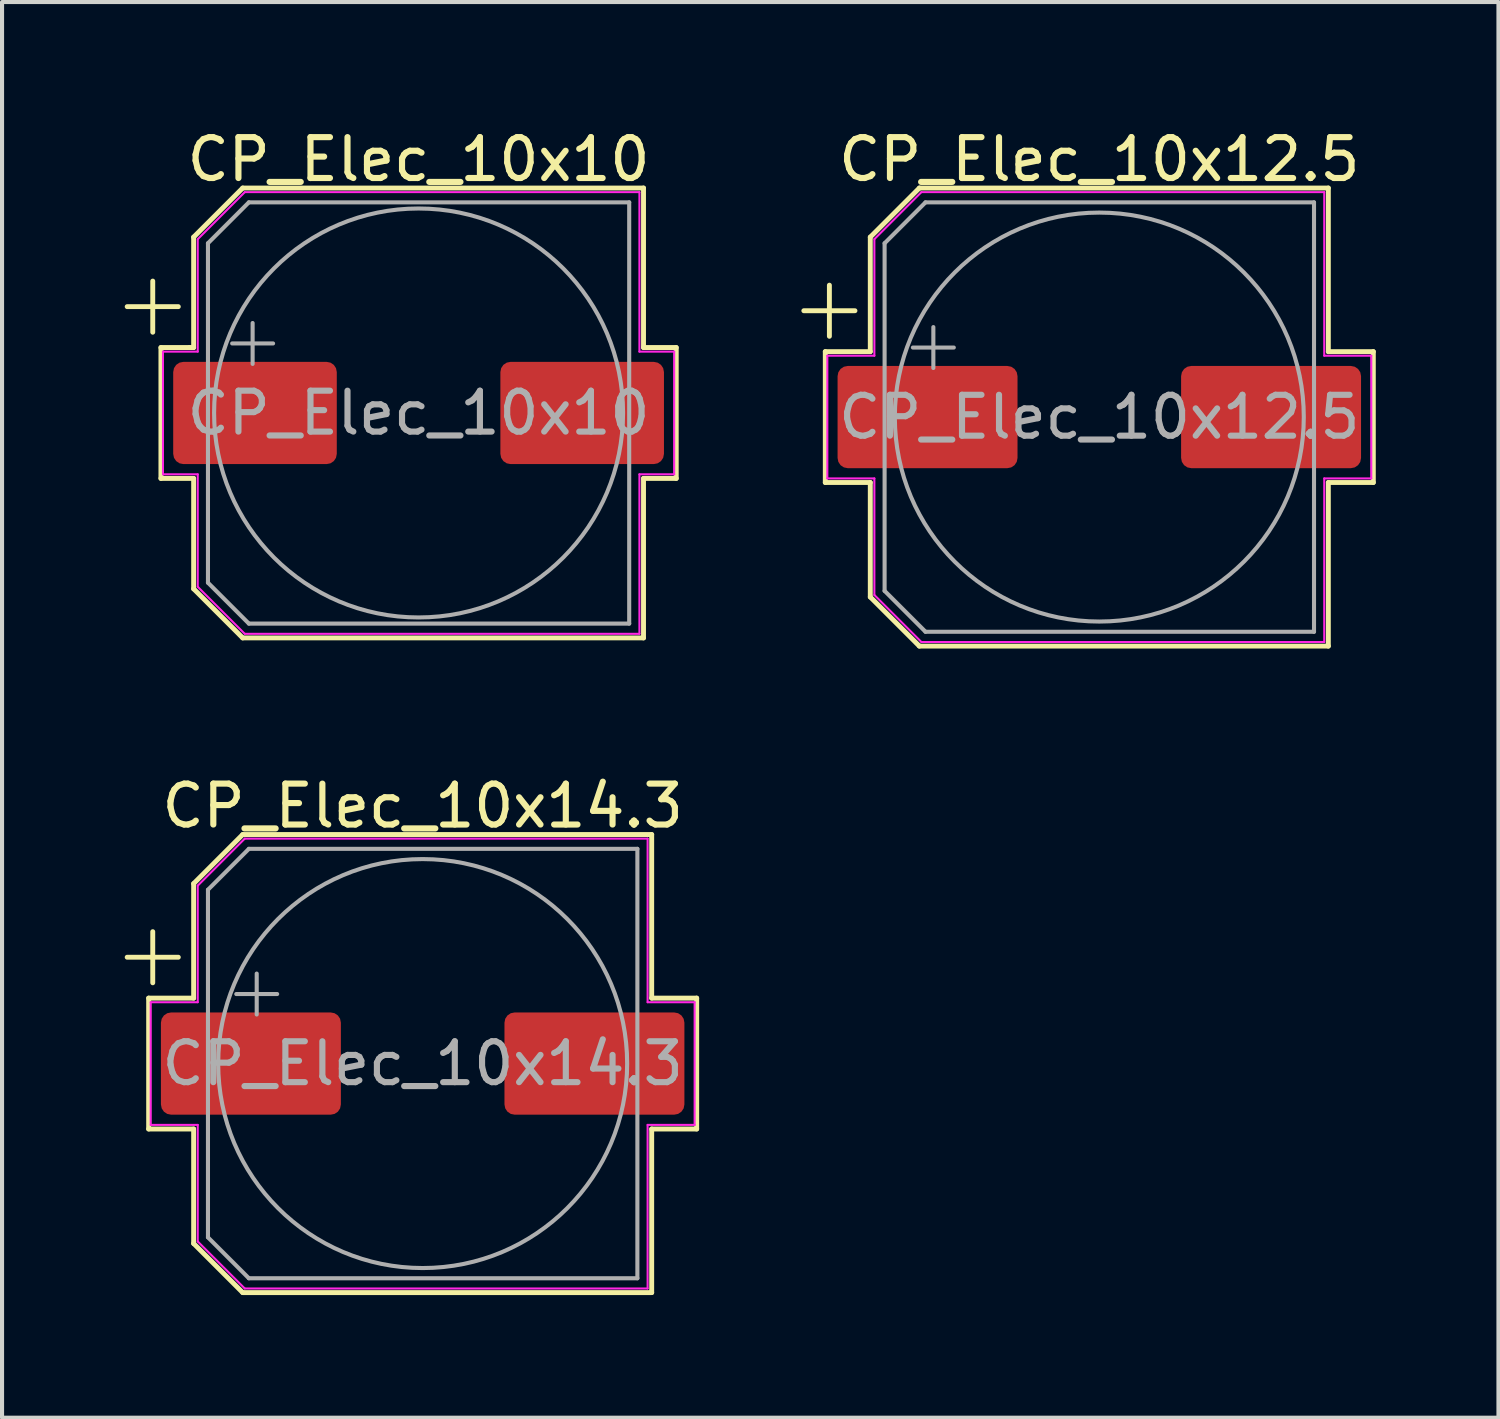
<source format=kicad_pcb>
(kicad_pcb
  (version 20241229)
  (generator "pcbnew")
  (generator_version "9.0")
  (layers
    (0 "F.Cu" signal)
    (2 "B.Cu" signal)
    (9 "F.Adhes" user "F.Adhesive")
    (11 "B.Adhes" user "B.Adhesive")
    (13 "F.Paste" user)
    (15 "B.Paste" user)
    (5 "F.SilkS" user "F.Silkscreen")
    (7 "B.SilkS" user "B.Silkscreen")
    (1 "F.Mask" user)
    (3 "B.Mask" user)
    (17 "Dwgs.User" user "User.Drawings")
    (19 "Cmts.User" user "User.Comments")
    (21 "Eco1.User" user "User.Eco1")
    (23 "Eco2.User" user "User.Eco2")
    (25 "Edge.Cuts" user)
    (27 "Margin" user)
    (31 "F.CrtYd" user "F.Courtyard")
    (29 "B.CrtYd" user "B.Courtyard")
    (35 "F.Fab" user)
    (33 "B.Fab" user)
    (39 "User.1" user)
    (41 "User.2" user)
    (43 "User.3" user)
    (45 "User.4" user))
  (footprint "CP_Elec_10x14.3"
    (layer "F.Cu")
    (at 7.285 22.956)
    (property "Reference" "CP_Elec_10x14.3" (at 0 -6.3 0) (layer "F.SilkS") (effects (font (size 1 1) (thickness 0.15))))
    (attr smd)
    (fp_line (start -7.225 -2.6) (end -5.975 -2.6) (stroke (width 0.12) (type solid)) (layer "F.SilkS"))
    (fp_line (start -6.7 -1.6) (end -6.7 1.6) (stroke (width 0.12) (type solid)) (layer "F.SilkS"))
    (fp_line (start -6.7 1.6) (end -5.6 1.6) (stroke (width 0.12) (type solid)) (layer "F.SilkS"))
    (fp_line (start -6.6 -3.225) (end -6.6 -1.975) (stroke (width 0.12) (type solid)) (layer "F.SilkS"))
    (fp_line (start -5.6 -4.4) (end -5.6 -1.6) (stroke (width 0.12) (type solid)) (layer "F.SilkS"))
    (fp_line (start -5.6 -1.6) (end -6.7 -1.6) (stroke (width 0.12) (type solid)) (layer "F.SilkS"))
    (fp_line (start -5.6 1.6) (end -5.6 4.4) (stroke (width 0.12) (type solid)) (layer "F.SilkS"))
    (fp_line (start -5.6 4.4) (end -4.4 5.6) (stroke (width 0.12) (type solid)) (layer "F.SilkS"))
    (fp_line (start -4.4 -5.6) (end -5.6 -4.4) (stroke (width 0.12) (type solid)) (layer "F.SilkS"))
    (fp_line (start -4.4 5.6) (end 5.6 5.6) (stroke (width 0.12) (type solid)) (layer "F.SilkS"))
    (fp_line (start 5.6 -5.6) (end -4.4 -5.6) (stroke (width 0.12) (type solid)) (layer "F.SilkS"))
    (fp_line (start 5.6 -1.6) (end 5.6 -5.6) (stroke (width 0.12) (type solid)) (layer "F.SilkS"))
    (fp_line (start 5.6 1.6) (end 6.7 1.6) (stroke (width 0.12) (type solid)) (layer "F.SilkS"))
    (fp_line (start 5.6 5.6) (end 5.6 1.6) (stroke (width 0.12) (type solid)) (layer "F.SilkS"))
    (fp_line (start 6.7 -1.6) (end 5.6 -1.6) (stroke (width 0.12) (type solid)) (layer "F.SilkS"))
    (fp_line (start 6.7 1.6) (end 6.7 -1.6) (stroke (width 0.12) (type solid)) (layer "F.SilkS"))
    (fp_line (start -6.65 -1.5) (end -6.65 1.5) (stroke (width 0.05) (type solid)) (layer "F.CrtYd"))
    (fp_line (start -6.65 1.5) (end -5.5 1.5) (stroke (width 0.05) (type solid)) (layer "F.CrtYd"))
    (fp_line (start -5.5 -4.35) (end -5.5 -1.5) (stroke (width 0.05) (type solid)) (layer "F.CrtYd"))
    (fp_line (start -5.5 -4.35) (end -4.35 -5.5) (stroke (width 0.05) (type solid)) (layer "F.CrtYd"))
    (fp_line (start -5.5 -1.5) (end -6.65 -1.5) (stroke (width 0.05) (type solid)) (layer "F.CrtYd"))
    (fp_line (start -5.5 1.5) (end -5.5 4.35) (stroke (width 0.05) (type solid)) (layer "F.CrtYd"))
    (fp_line (start -5.5 4.35) (end -4.35 5.5) (stroke (width 0.05) (type solid)) (layer "F.CrtYd"))
    (fp_line (start -4.35 -5.5) (end 5.5 -5.5) (stroke (width 0.05) (type solid)) (layer "F.CrtYd"))
    (fp_line (start -4.35 5.5) (end 5.5 5.5) (stroke (width 0.05) (type solid)) (layer "F.CrtYd"))
    (fp_line (start 5.5 -5.5) (end 5.5 -1.5) (stroke (width 0.05) (type solid)) (layer "F.CrtYd"))
    (fp_line (start 5.5 -1.5) (end 6.65 -1.5) (stroke (width 0.05) (type solid)) (layer "F.CrtYd"))
    (fp_line (start 5.5 1.5) (end 5.5 5.5) (stroke (width 0.05) (type solid)) (layer "F.CrtYd"))
    (fp_line (start 6.65 -1.5) (end 6.65 1.5) (stroke (width 0.05) (type solid)) (layer "F.CrtYd"))
    (fp_line (start 6.65 1.5) (end 5.5 1.5) (stroke (width 0.05) (type solid)) (layer "F.CrtYd"))
    (fp_line (start -5.25 -4.25) (end -5.25 4.25) (stroke (width 0.1) (type solid)) (layer "F.Fab"))
    (fp_line (start -5.25 -4.25) (end -4.25 -5.25) (stroke (width 0.1) (type solid)) (layer "F.Fab"))
    (fp_line (start -5.25 4.25) (end -4.25 5.25) (stroke (width 0.1) (type solid)) (layer "F.Fab"))
    (fp_line (start -4.558 -1.7) (end -3.558 -1.7) (stroke (width 0.1) (type solid)) (layer "F.Fab"))
    (fp_line (start -4.25 -5.25) (end 5.25 -5.25) (stroke (width 0.1) (type solid)) (layer "F.Fab"))
    (fp_line (start -4.25 5.25) (end 5.25 5.25) (stroke (width 0.1) (type solid)) (layer "F.Fab"))
    (fp_line (start -4.058 -2.2) (end -4.058 -1.2) (stroke (width 0.1) (type solid)) (layer "F.Fab"))
    (fp_line (start 5.25 -5.25) (end 5.25 5.25) (stroke (width 0.1) (type solid)) (layer "F.Fab"))
    (fp_circle (center 0 0) (end 5 0) (stroke (width 0.1) (type solid)) (fill no) (layer "F.Fab"))
    (fp_text user "${REFERENCE}" (at 0 0 0) (layer "F.Fab") (effects (font (size 1 1) (thickness 0.15))))
    (pad "1" smd roundrect (at -4.2 0) (size 4.4 2.5) (layers "F.Cu" "F.Mask" "F.Paste") (roundrect_rratio 0.1))
    (pad "2" smd roundrect (at 4.2 0) (size 4.4 2.5) (layers "F.Cu" "F.Mask" "F.Paste") (roundrect_rratio 0.1)))
  (footprint "CP_Elec_10x10"
    (layer "F.Cu")
    (at 7.185 7.048)
    (property "Reference" "CP_Elec_10x10" (at 0 -6.2 0) (layer "F.SilkS") (effects (font (size 1 1) (thickness 0.15))))
    (attr smd)
    (fp_line (start -7.125 -2.6) (end -5.875 -2.6) (stroke (width 0.12) (type solid)) (layer "F.SilkS"))
    (fp_line (start -6.5 -3.225) (end -6.5 -1.975) (stroke (width 0.12) (type solid)) (layer "F.SilkS"))
    (fp_line (start -6.3 -1.6) (end -6.3 1.6) (stroke (width 0.12) (type solid)) (layer "F.SilkS"))
    (fp_line (start -6.3 1.6) (end -5.5 1.6) (stroke (width 0.12) (type solid)) (layer "F.SilkS"))
    (fp_line (start -5.6 -1.6) (end -6.3 -1.6) (stroke (width 0.12) (type solid)) (layer "F.SilkS"))
    (fp_line (start -5.5 -4.3) (end -5.5 -1.6) (stroke (width 0.12) (type solid)) (layer "F.SilkS"))
    (fp_line (start -5.5 -1.6) (end -5.6 -1.6) (stroke (width 0.12) (type solid)) (layer "F.SilkS"))
    (fp_line (start -5.5 1.6) (end -5.5 4.3) (stroke (width 0.12) (type solid)) (layer "F.SilkS"))
    (fp_line (start -5.5 4.3) (end -4.3 5.5) (stroke (width 0.12) (type solid)) (layer "F.SilkS"))
    (fp_line (start -4.3 -5.5) (end -5.5 -4.3) (stroke (width 0.12) (type solid)) (layer "F.SilkS"))
    (fp_line (start -4.3 5.5) (end 5.5 5.5) (stroke (width 0.12) (type solid)) (layer "F.SilkS"))
    (fp_line (start 5.5 -5.5) (end -4.3 -5.5) (stroke (width 0.12) (type solid)) (layer "F.SilkS"))
    (fp_line (start 5.5 -1.6) (end 5.5 -5.5) (stroke (width 0.12) (type solid)) (layer "F.SilkS"))
    (fp_line (start 5.5 1.6) (end 6.3 1.6) (stroke (width 0.12) (type solid)) (layer "F.SilkS"))
    (fp_line (start 5.5 5.5) (end 5.5 1.6) (stroke (width 0.12) (type solid)) (layer "F.SilkS"))
    (fp_line (start 6.3 -1.6) (end 5.5 -1.6) (stroke (width 0.12) (type solid)) (layer "F.SilkS"))
    (fp_line (start 6.3 1.6) (end 6.3 -1.6) (stroke (width 0.12) (type solid)) (layer "F.SilkS"))
    (fp_line (start -6.25 -1.5) (end -6.25 1.5) (stroke (width 0.05) (type solid)) (layer "F.CrtYd"))
    (fp_line (start -6.25 1.5) (end -5.4 1.5) (stroke (width 0.05) (type solid)) (layer "F.CrtYd"))
    (fp_line (start -5.4 -4.25) (end -5.4 -1.5) (stroke (width 0.05) (type solid)) (layer "F.CrtYd"))
    (fp_line (start -5.4 -4.25) (end -4.25 -5.4) (stroke (width 0.05) (type solid)) (layer "F.CrtYd"))
    (fp_line (start -5.4 -1.5) (end -6.25 -1.5) (stroke (width 0.05) (type solid)) (layer "F.CrtYd"))
    (fp_line (start -5.4 1.5) (end -5.4 4.25) (stroke (width 0.05) (type solid)) (layer "F.CrtYd"))
    (fp_line (start -5.4 4.25) (end -4.25 5.4) (stroke (width 0.05) (type solid)) (layer "F.CrtYd"))
    (fp_line (start -4.25 -5.4) (end 5.4 -5.4) (stroke (width 0.05) (type solid)) (layer "F.CrtYd"))
    (fp_line (start -4.25 5.4) (end 5.4 5.4) (stroke (width 0.05) (type solid)) (layer "F.CrtYd"))
    (fp_line (start 5.4 -5.4) (end 5.4 -1.5) (stroke (width 0.05) (type solid)) (layer "F.CrtYd"))
    (fp_line (start 5.4 -1.5) (end 6.25 -1.5) (stroke (width 0.05) (type solid)) (layer "F.CrtYd"))
    (fp_line (start 5.4 1.5) (end 5.4 5.4) (stroke (width 0.05) (type solid)) (layer "F.CrtYd"))
    (fp_line (start 6.25 -1.5) (end 6.25 1.5) (stroke (width 0.05) (type solid)) (layer "F.CrtYd"))
    (fp_line (start 6.25 1.5) (end 5.4 1.5) (stroke (width 0.05) (type solid)) (layer "F.CrtYd"))
    (fp_line (start -5.15 -4.15) (end -5.15 4.15) (stroke (width 0.1) (type solid)) (layer "F.Fab"))
    (fp_line (start -5.15 -4.15) (end -4.15 -5.15) (stroke (width 0.1) (type solid)) (layer "F.Fab"))
    (fp_line (start -5.15 4.15) (end -4.15 5.15) (stroke (width 0.1) (type solid)) (layer "F.Fab"))
    (fp_line (start -4.558 -1.7) (end -3.558 -1.7) (stroke (width 0.1) (type solid)) (layer "F.Fab"))
    (fp_line (start -4.15 -5.15) (end 5.15 -5.15) (stroke (width 0.1) (type solid)) (layer "F.Fab"))
    (fp_line (start -4.15 5.15) (end 5.15 5.15) (stroke (width 0.1) (type solid)) (layer "F.Fab"))
    (fp_line (start -4.058 -2.2) (end -4.058 -1.2) (stroke (width 0.1) (type solid)) (layer "F.Fab"))
    (fp_line (start 5.15 -5.15) (end 5.15 5.15) (stroke (width 0.1) (type solid)) (layer "F.Fab"))
    (fp_circle (center 0 0) (end 5 0) (stroke (width 0.1) (type solid)) (fill no) (layer "F.Fab"))
    (fp_text user "${REFERENCE}" (at 0 0 0) (layer "F.Fab") (effects (font (size 1 1) (thickness 0.15))))
    (pad "1" smd roundrect (at -4 0) (size 4 2.5) (layers "F.Cu" "F.Mask" "F.Paste") (roundrect_rratio 0.1))
    (pad "2" smd roundrect (at 4 0) (size 4 2.5) (layers "F.Cu" "F.Mask" "F.Paste") (roundrect_rratio 0.1)))
  (footprint "CP_Elec_10x12.5"
    (layer "F.Cu")
    (at 23.83 7.148)
    (property "Reference" "CP_Elec_10x12.5" (at 0 -6.3 0) (layer "F.SilkS") (effects (font (size 1 1) (thickness 0.15))))
    (attr smd)
    (fp_line (start -7.225 -2.6) (end -5.975 -2.6) (stroke (width 0.12) (type solid)) (layer "F.SilkS"))
    (fp_line (start -6.7 -1.6) (end -6.7 1.6) (stroke (width 0.12) (type solid)) (layer "F.SilkS"))
    (fp_line (start -6.7 1.6) (end -5.6 1.6) (stroke (width 0.12) (type solid)) (layer "F.SilkS"))
    (fp_line (start -6.6 -3.225) (end -6.6 -1.975) (stroke (width 0.12) (type solid)) (layer "F.SilkS"))
    (fp_line (start -5.6 -4.4) (end -5.6 -1.6) (stroke (width 0.12) (type solid)) (layer "F.SilkS"))
    (fp_line (start -5.6 -1.6) (end -6.7 -1.6) (stroke (width 0.12) (type solid)) (layer "F.SilkS"))
    (fp_line (start -5.6 1.6) (end -5.6 4.4) (stroke (width 0.12) (type solid)) (layer "F.SilkS"))
    (fp_line (start -5.6 4.4) (end -4.4 5.6) (stroke (width 0.12) (type solid)) (layer "F.SilkS"))
    (fp_line (start -4.4 -5.6) (end -5.6 -4.4) (stroke (width 0.12) (type solid)) (layer "F.SilkS"))
    (fp_line (start -4.4 5.6) (end 5.6 5.6) (stroke (width 0.12) (type solid)) (layer "F.SilkS"))
    (fp_line (start 5.6 -5.6) (end -4.4 -5.6) (stroke (width 0.12) (type solid)) (layer "F.SilkS"))
    (fp_line (start 5.6 -1.6) (end 5.6 -5.6) (stroke (width 0.12) (type solid)) (layer "F.SilkS"))
    (fp_line (start 5.6 1.6) (end 6.7 1.6) (stroke (width 0.12) (type solid)) (layer "F.SilkS"))
    (fp_line (start 5.6 5.6) (end 5.6 1.6) (stroke (width 0.12) (type solid)) (layer "F.SilkS"))
    (fp_line (start 6.7 -1.6) (end 5.6 -1.6) (stroke (width 0.12) (type solid)) (layer "F.SilkS"))
    (fp_line (start 6.7 1.6) (end 6.7 -1.6) (stroke (width 0.12) (type solid)) (layer "F.SilkS"))
    (fp_line (start -6.65 -1.5) (end -6.65 1.5) (stroke (width 0.05) (type solid)) (layer "F.CrtYd"))
    (fp_line (start -6.65 1.5) (end -5.5 1.5) (stroke (width 0.05) (type solid)) (layer "F.CrtYd"))
    (fp_line (start -5.5 -4.35) (end -5.5 -1.5) (stroke (width 0.05) (type solid)) (layer "F.CrtYd"))
    (fp_line (start -5.5 -4.35) (end -4.35 -5.5) (stroke (width 0.05) (type solid)) (layer "F.CrtYd"))
    (fp_line (start -5.5 -1.5) (end -6.65 -1.5) (stroke (width 0.05) (type solid)) (layer "F.CrtYd"))
    (fp_line (start -5.5 1.5) (end -5.5 4.35) (stroke (width 0.05) (type solid)) (layer "F.CrtYd"))
    (fp_line (start -5.5 4.35) (end -4.35 5.5) (stroke (width 0.05) (type solid)) (layer "F.CrtYd"))
    (fp_line (start -4.35 -5.5) (end 5.5 -5.5) (stroke (width 0.05) (type solid)) (layer "F.CrtYd"))
    (fp_line (start -4.35 5.5) (end 5.5 5.5) (stroke (width 0.05) (type solid)) (layer "F.CrtYd"))
    (fp_line (start 5.5 -5.5) (end 5.5 -1.5) (stroke (width 0.05) (type solid)) (layer "F.CrtYd"))
    (fp_line (start 5.5 -1.5) (end 6.65 -1.5) (stroke (width 0.05) (type solid)) (layer "F.CrtYd"))
    (fp_line (start 5.5 1.5) (end 5.5 5.5) (stroke (width 0.05) (type solid)) (layer "F.CrtYd"))
    (fp_line (start 6.65 -1.5) (end 6.65 1.5) (stroke (width 0.05) (type solid)) (layer "F.CrtYd"))
    (fp_line (start 6.65 1.5) (end 5.5 1.5) (stroke (width 0.05) (type solid)) (layer "F.CrtYd"))
    (fp_line (start -5.25 -4.25) (end -5.25 4.25) (stroke (width 0.1) (type solid)) (layer "F.Fab"))
    (fp_line (start -5.25 -4.25) (end -4.25 -5.25) (stroke (width 0.1) (type solid)) (layer "F.Fab"))
    (fp_line (start -5.25 4.25) (end -4.25 5.25) (stroke (width 0.1) (type solid)) (layer "F.Fab"))
    (fp_line (start -4.558 -1.7) (end -3.558 -1.7) (stroke (width 0.1) (type solid)) (layer "F.Fab"))
    (fp_line (start -4.25 -5.25) (end 5.25 -5.25) (stroke (width 0.1) (type solid)) (layer "F.Fab"))
    (fp_line (start -4.25 5.25) (end 5.25 5.25) (stroke (width 0.1) (type solid)) (layer "F.Fab"))
    (fp_line (start -4.058 -2.2) (end -4.058 -1.2) (stroke (width 0.1) (type solid)) (layer "F.Fab"))
    (fp_line (start 5.25 -5.25) (end 5.25 5.25) (stroke (width 0.1) (type solid)) (layer "F.Fab"))
    (fp_circle (center 0 0) (end 5 0) (stroke (width 0.1) (type solid)) (fill no) (layer "F.Fab"))
    (fp_text user "${REFERENCE}" (at 0 0 0) (layer "F.Fab") (effects (font (size 1 1) (thickness 0.15))))
    (pad "1" smd roundrect (at -4.2 0) (size 4.4 2.5) (layers "F.Cu" "F.Mask" "F.Paste") (roundrect_rratio 0.1))
    (pad "2" smd roundrect (at 4.2 0) (size 4.4 2.5) (layers "F.Cu" "F.Mask" "F.Paste") (roundrect_rratio 0.1)))
  (gr_rect
    (start -3 -3)
    (end 33.59 31.616)
    (stroke (width 0.1) (type default))
    (fill no)
    (layer "Edge.Cuts")))
</source>
